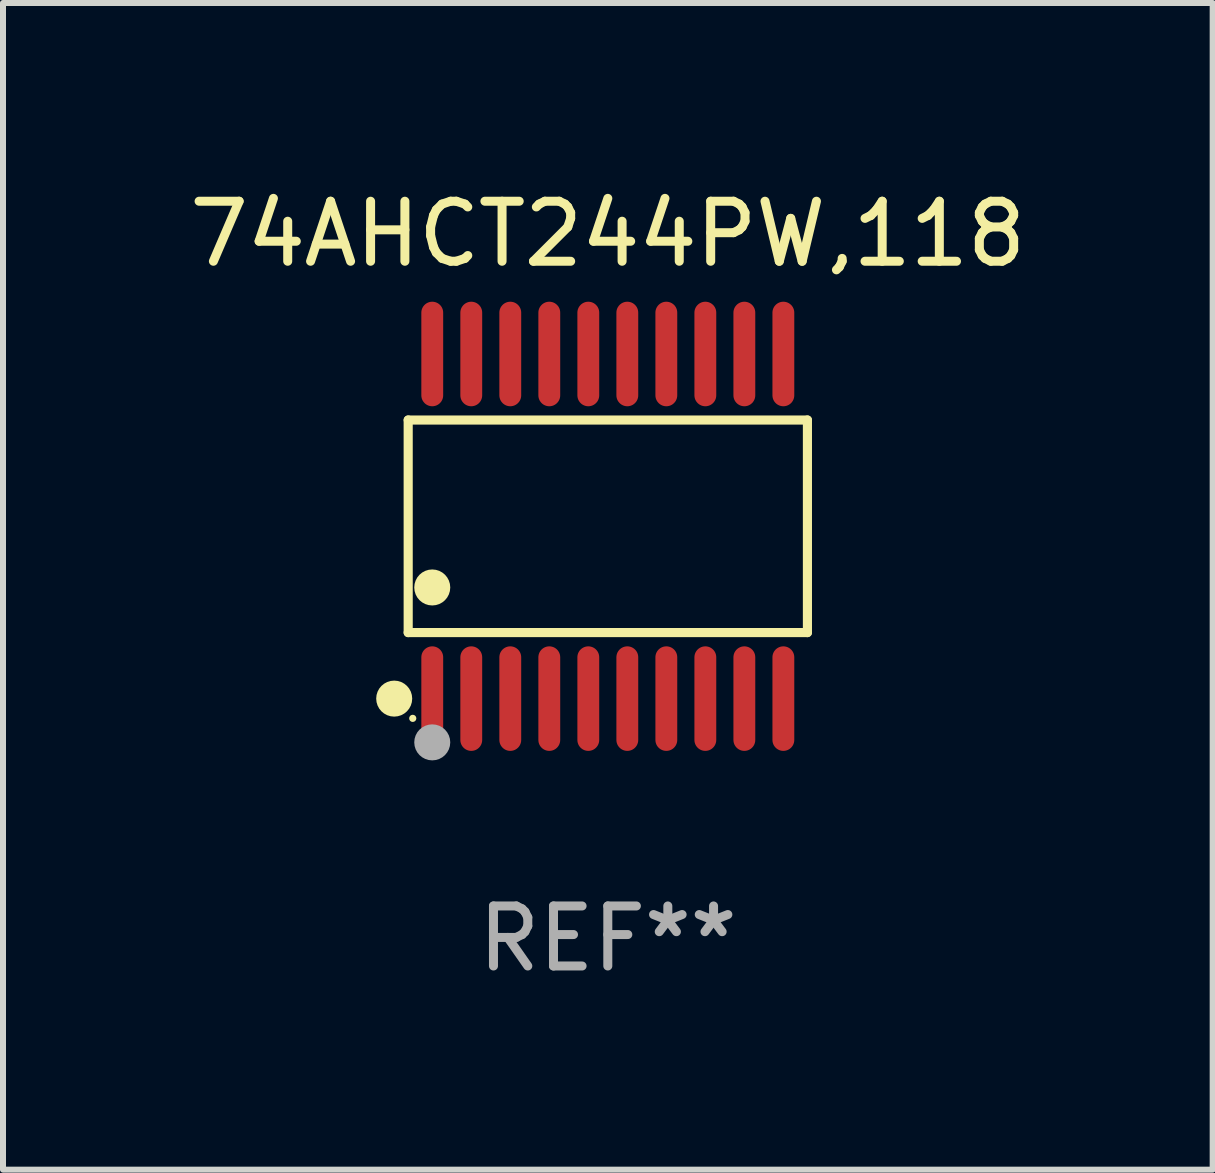
<source format=kicad_pcb>
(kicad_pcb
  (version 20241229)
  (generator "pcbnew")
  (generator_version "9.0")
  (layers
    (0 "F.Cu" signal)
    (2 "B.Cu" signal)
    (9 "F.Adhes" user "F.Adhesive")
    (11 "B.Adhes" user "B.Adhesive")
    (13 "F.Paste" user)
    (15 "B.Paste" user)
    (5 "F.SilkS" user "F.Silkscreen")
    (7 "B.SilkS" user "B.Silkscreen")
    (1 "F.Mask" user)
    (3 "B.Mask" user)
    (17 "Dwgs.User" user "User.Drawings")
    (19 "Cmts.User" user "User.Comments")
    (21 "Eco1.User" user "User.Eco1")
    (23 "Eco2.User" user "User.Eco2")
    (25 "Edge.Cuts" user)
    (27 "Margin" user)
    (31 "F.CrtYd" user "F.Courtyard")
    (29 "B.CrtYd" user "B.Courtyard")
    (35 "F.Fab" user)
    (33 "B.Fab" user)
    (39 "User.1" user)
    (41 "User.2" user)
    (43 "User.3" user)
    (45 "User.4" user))
  (footprint "74AHCT244PW,118"
    (layer "F.Cu")
    (at 7.077 5.719)
    (property "Reference" "74AHCT244PW,118" (at 0 -4.871 0) (layer "F.SilkS") (effects (font (size 1 1) (thickness 0.15))))
    (attr through_hole)
    (fp_line (start -3.326 -1.771) (end 3.326 -1.771) (stroke (width 0.152) (type solid)) (layer "F.SilkS"))
    (fp_line (start -3.326 1.771) (end -3.326 -1.771) (stroke (width 0.152) (type solid)) (layer "F.SilkS"))
    (fp_line (start 3.326 -1.771) (end 3.326 1.771) (stroke (width 0.152) (type solid)) (layer "F.SilkS"))
    (fp_line (start 3.326 1.771) (end -3.326 1.771) (stroke (width 0.152) (type solid)) (layer "F.SilkS"))
    (fp_circle (center -3.559 2.871) (end -3.409 2.871) (stroke (width 0.3) (type solid)) (fill no) (layer "F.SilkS"))
    (fp_circle (center -3.25 3.2) (end -3.22 3.2) (stroke (width 0.06) (type solid)) (fill no) (layer "F.SilkS"))
    (fp_circle (center -2.925 1.019) (end -2.775 1.019) (stroke (width 0.3) (type solid)) (fill no) (layer "F.SilkS"))
    (fp_circle (center -2.925 3.6) (end -2.775 3.6) (stroke (width 0.3) (type solid)) (fill no) (layer "F.Fab"))
    (fp_text user "REF**" (at 0 6.871 0) (layer "F.Fab") (effects (font (size 1 1) (thickness 0.15))))
    (pad "1" smd oval (at -2.925 2.871) (size 0.364 1.742) (layers "F.Cu" "F.Mask" "F.Paste"))
    (pad "2" smd oval (at -2.275 2.871) (size 0.364 1.742) (layers "F.Cu" "F.Mask" "F.Paste"))
    (pad "3" smd oval (at -1.625 2.871) (size 0.364 1.742) (layers "F.Cu" "F.Mask" "F.Paste"))
    (pad "4" smd oval (at -0.975 2.871) (size 0.364 1.742) (layers "F.Cu" "F.Mask" "F.Paste"))
    (pad "5" smd oval (at -0.325 2.871) (size 0.364 1.742) (layers "F.Cu" "F.Mask" "F.Paste"))
    (pad "6" smd oval (at 0.325 2.871) (size 0.364 1.742) (layers "F.Cu" "F.Mask" "F.Paste"))
    (pad "7" smd oval (at 0.975 2.871) (size 0.364 1.742) (layers "F.Cu" "F.Mask" "F.Paste"))
    (pad "8" smd oval (at 1.625 2.871) (size 0.364 1.742) (layers "F.Cu" "F.Mask" "F.Paste"))
    (pad "9" smd oval (at 2.275 2.871) (size 0.364 1.742) (layers "F.Cu" "F.Mask" "F.Paste"))
    (pad "10" smd oval (at 2.925 2.871) (size 0.364 1.742) (layers "F.Cu" "F.Mask" "F.Paste"))
    (pad "11" smd oval (at 2.925 -2.871) (size 0.364 1.742) (layers "F.Cu" "F.Mask" "F.Paste"))
    (pad "12" smd oval (at 2.275 -2.871) (size 0.364 1.742) (layers "F.Cu" "F.Mask" "F.Paste"))
    (pad "13" smd oval (at 1.625 -2.871) (size 0.364 1.742) (layers "F.Cu" "F.Mask" "F.Paste"))
    (pad "14" smd oval (at 0.975 -2.871) (size 0.364 1.742) (layers "F.Cu" "F.Mask" "F.Paste"))
    (pad "15" smd oval (at 0.325 -2.871) (size 0.364 1.742) (layers "F.Cu" "F.Mask" "F.Paste"))
    (pad "16" smd oval (at -0.325 -2.871) (size 0.364 1.742) (layers "F.Cu" "F.Mask" "F.Paste"))
    (pad "17" smd oval (at -0.975 -2.871) (size 0.364 1.742) (layers "F.Cu" "F.Mask" "F.Paste"))
    (pad "18" smd oval (at -1.625 -2.871) (size 0.364 1.742) (layers "F.Cu" "F.Mask" "F.Paste"))
    (pad "19" smd oval (at -2.275 -2.871) (size 0.364 1.742) (layers "F.Cu" "F.Mask" "F.Paste"))
    (pad "20" smd oval (at -2.925 -2.871) (size 0.364 1.742) (layers "F.Cu" "F.Mask" "F.Paste")))
  (gr_rect
    (start -3 -3)
    (end 17.155 16.438)
    (stroke (width 0.1) (type default))
    (fill no)
    (layer "Edge.Cuts")))
</source>
